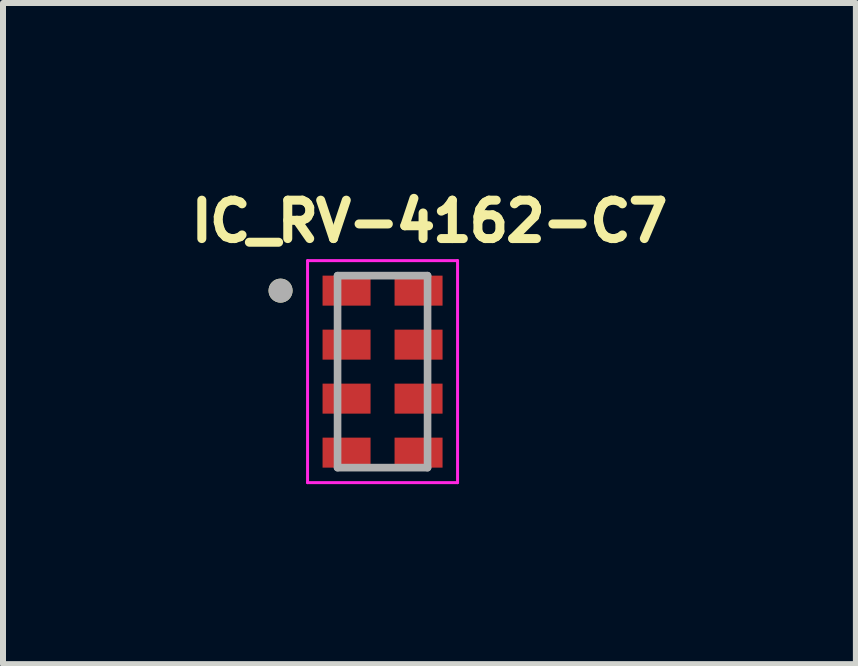
<source format=kicad_pcb>
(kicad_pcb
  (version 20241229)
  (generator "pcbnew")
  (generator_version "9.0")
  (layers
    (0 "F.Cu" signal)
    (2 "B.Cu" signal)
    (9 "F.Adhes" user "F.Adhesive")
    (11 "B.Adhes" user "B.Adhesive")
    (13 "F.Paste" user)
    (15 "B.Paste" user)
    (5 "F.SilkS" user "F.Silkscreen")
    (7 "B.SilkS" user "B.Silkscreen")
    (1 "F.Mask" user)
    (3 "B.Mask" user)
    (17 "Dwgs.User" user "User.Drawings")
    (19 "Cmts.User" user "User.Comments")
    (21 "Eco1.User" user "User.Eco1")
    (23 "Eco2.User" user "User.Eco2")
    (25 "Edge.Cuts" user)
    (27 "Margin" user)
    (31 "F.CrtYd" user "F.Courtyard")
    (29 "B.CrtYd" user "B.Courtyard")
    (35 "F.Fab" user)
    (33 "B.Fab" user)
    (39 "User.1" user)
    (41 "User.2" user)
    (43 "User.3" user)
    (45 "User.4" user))
  (footprint "IC_RV-4162-C7"
    (layer "F.Cu")
    (at 3.326 3.144)
    (property "Reference" "IC_RV-4162-C7" (at 0.782 -2.506 0) (layer "F.SilkS") (effects (font (size 0.64 0.64) (thickness 0.15))))
    (attr through_hole)
    (fp_circle (center -1.7 -1.35) (end -1.6 -1.35) (stroke (width 0.2) (type solid)) (fill no) (layer "F.SilkS"))
    (fp_line (start -1.25 -1.85) (end 1.25 -1.85) (stroke (width 0.05) (type solid)) (layer "F.CrtYd"))
    (fp_line (start -1.25 1.85) (end -1.25 -1.85) (stroke (width 0.05) (type solid)) (layer "F.CrtYd"))
    (fp_line (start 1.25 -1.85) (end 1.25 1.85) (stroke (width 0.05) (type solid)) (layer "F.CrtYd"))
    (fp_line (start 1.25 1.85) (end -1.25 1.85) (stroke (width 0.05) (type solid)) (layer "F.CrtYd"))
    (fp_line (start -0.75 -1.6) (end 0.75 -1.6) (stroke (width 0.127) (type solid)) (layer "F.Fab"))
    (fp_line (start -0.75 1.6) (end -0.75 -1.6) (stroke (width 0.127) (type solid)) (layer "F.Fab"))
    (fp_line (start 0.75 -1.6) (end 0.75 1.6) (stroke (width 0.127) (type solid)) (layer "F.Fab"))
    (fp_line (start 0.75 1.6) (end -0.75 1.6) (stroke (width 0.127) (type solid)) (layer "F.Fab"))
    (fp_circle (center -1.7 -1.35) (end -1.6 -1.35) (stroke (width 0.2) (type solid)) (fill no) (layer "F.Fab"))
    (pad "1" smd rect (at -0.6 -1.35 270) (size 0.5 0.8) (layers "F.Cu" "F.Mask" "F.Paste"))
    (pad "2" smd rect (at -0.6 -0.45 270) (size 0.5 0.8) (layers "F.Cu" "F.Mask" "F.Paste"))
    (pad "3" smd rect (at -0.6 0.45 270) (size 0.5 0.8) (layers "F.Cu" "F.Mask" "F.Paste"))
    (pad "4" smd rect (at -0.6 1.35 270) (size 0.5 0.8) (layers "F.Cu" "F.Mask" "F.Paste"))
    (pad "5" smd rect (at 0.6 1.35 270) (size 0.5 0.8) (layers "F.Cu" "F.Mask" "F.Paste"))
    (pad "6" smd rect (at 0.6 0.45 270) (size 0.5 0.8) (layers "F.Cu" "F.Mask" "F.Paste"))
    (pad "7" smd rect (at 0.6 -0.45 270) (size 0.5 0.8) (layers "F.Cu" "F.Mask" "F.Paste"))
    (pad "8" smd rect (at 0.6 -1.35 270) (size 0.5 0.8) (layers "F.Cu" "F.Mask" "F.Paste")))
  (gr_rect
    (start -3 -3)
    (end 11.215 8.019)
    (stroke (width 0.1) (type default))
    (fill no)
    (layer "Edge.Cuts")))
</source>
